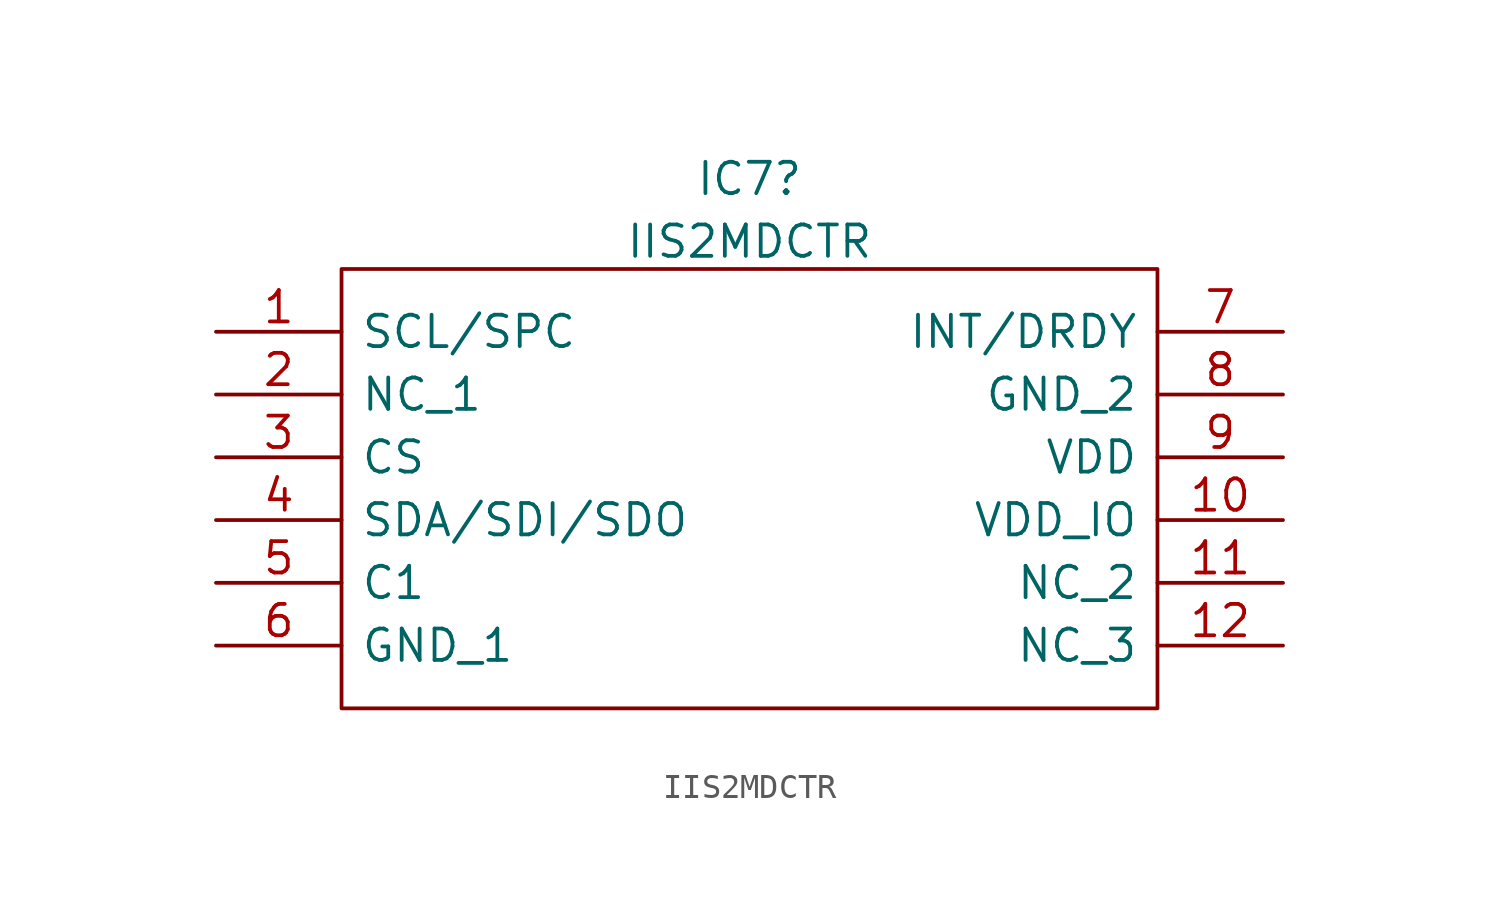
<source format=kicad_sym>
(kicad_symbol_lib
  (version 20220914)
  (generator kicad_symbol_editor)
  (symbol "IIS2MDCTR"
    (pin_names
      (offset 0.762))
    (property "Reference" "IC7"
      (at 21.59 6.189 0)
      (effects (font (size 1.27 1.27))))
    (property "Value" "IIS2MDCTR"
      (at 21.59 3.652 0)
      (effects (font (size 1.27 1.27))))
    (symbol "IIS2MDCTR_0_0"
      (pin passive line (at 0 0 0) (length 5.08) (name "SCL/SPC" (effects (font (size 1.27 1.27)))) (number "1" (effects (font (size 1.27 1.27)))))
      (pin passive line (at 43.18 -7.62 180) (length 5.08) (name "VDD_IO" (effects (font (size 1.27 1.27)))) (number "10" (effects (font (size 1.27 1.27)))))
      (pin passive line (at 43.18 -10.16 180) (length 5.08) (name "NC_2" (effects (font (size 1.27 1.27)))) (number "11" (effects (font (size 1.27 1.27)))))
      (pin passive line (at 43.18 -12.7 180) (length 5.08) (name "NC_3" (effects (font (size 1.27 1.27)))) (number "12" (effects (font (size 1.27 1.27)))))
      (pin passive line (at 0 -2.54 0) (length 5.08) (name "NC_1" (effects (font (size 1.27 1.27)))) (number "2" (effects (font (size 1.27 1.27)))))
      (pin passive line (at 0 -5.08 0) (length 5.08) (name "CS" (effects (font (size 1.27 1.27)))) (number "3" (effects (font (size 1.27 1.27)))))
      (pin passive line (at 0 -7.62 0) (length 5.08) (name "SDA/SDI/SDO" (effects (font (size 1.27 1.27)))) (number "4" (effects (font (size 1.27 1.27)))))
      (pin passive line (at 0 -10.16 0) (length 5.08) (name "C1" (effects (font (size 1.27 1.27)))) (number "5" (effects (font (size 1.27 1.27)))))
      (pin passive line (at 0 -12.7 0) (length 5.08) (name "GND_1" (effects (font (size 1.27 1.27)))) (number "6" (effects (font (size 1.27 1.27)))))
      (pin passive line (at 43.18 0 180) (length 5.08) (name "INT/DRDY" (effects (font (size 1.27 1.27)))) (number "7" (effects (font (size 1.27 1.27)))))
      (pin passive line (at 43.18 -2.54 180) (length 5.08) (name "GND_2" (effects (font (size 1.27 1.27)))) (number "8" (effects (font (size 1.27 1.27)))))
      (pin passive line (at 43.18 -5.08 180) (length 5.08) (name "VDD" (effects (font (size 1.27 1.27)))) (number "9" (effects (font (size 1.27 1.27))))))
    (symbol "IIS2MDCTR_0_1"
      (polyline (pts (xy 5.08 2.54) (xy 38.1 2.54) (xy 38.1 -15.24) (xy 5.08 -15.24) (xy 5.08 2.54)) (stroke (width 0.152) (type default)) (fill (type none))))))
</source>
